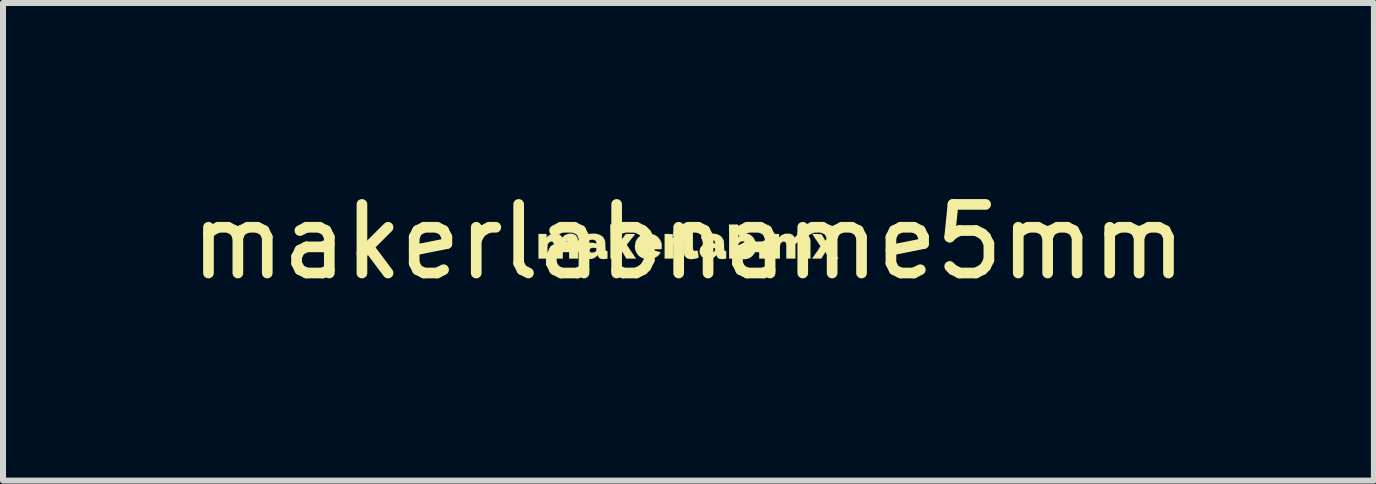
<source format=kicad_pcb>
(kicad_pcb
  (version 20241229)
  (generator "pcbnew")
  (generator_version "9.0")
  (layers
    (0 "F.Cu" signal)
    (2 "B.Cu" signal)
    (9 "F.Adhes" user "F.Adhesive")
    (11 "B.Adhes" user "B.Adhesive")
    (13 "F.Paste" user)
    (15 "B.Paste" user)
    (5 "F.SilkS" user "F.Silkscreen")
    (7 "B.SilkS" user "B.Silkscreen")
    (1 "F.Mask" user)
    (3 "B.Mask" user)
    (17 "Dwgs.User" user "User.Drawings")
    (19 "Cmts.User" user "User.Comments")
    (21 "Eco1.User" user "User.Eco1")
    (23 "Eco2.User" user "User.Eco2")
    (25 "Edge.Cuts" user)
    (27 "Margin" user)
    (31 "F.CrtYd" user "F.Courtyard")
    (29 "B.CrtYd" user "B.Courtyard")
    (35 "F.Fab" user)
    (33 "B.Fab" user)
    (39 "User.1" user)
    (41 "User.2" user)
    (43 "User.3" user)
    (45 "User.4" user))
  (footprint "makerlabname5mm"
    (layer "F.Cu")
    (at 8.426 0.981)
    (property "Reference" "makerlabname5mm" (at 0 0 0) (layer "F.SilkS") (effects (font (size 1.143 1.143) (thickness 0.178))))
    (attr through_hole)
    (fp_poly (pts (xy 1.3 0.279) (xy 1.24 0.279) (xy 1.179 0.279) (xy 1.179 0.208) (xy 1.179 0.137) (xy 1.24 0.137) (xy 1.3 0.137) (xy 1.3 0.208) (xy 1.3 0.279)) (stroke (width 0.003) (type solid)) (fill yes) (layer "F.SilkS"))
    (fp_poly (pts (xy -0.119 -0.003) (xy -0.142 -0.003) (xy -0.17 0.003) (xy -0.193 0.008) (xy -0.213 0.013) (xy -0.231 0.023) (xy -0.241 0.03) (xy -0.249 0.036) (xy -0.249 0.157) (xy -0.249 0.279) (xy -0.323 0.279) (xy -0.396 0.279) (xy -0.396 0.076) (xy -0.396 -0.13) (xy -0.33 -0.13) (xy -0.262 -0.127) (xy -0.262 -0.091) (xy -0.262 -0.053) (xy -0.249 -0.071) (xy -0.234 -0.091) (xy -0.213 -0.109) (xy -0.193 -0.122) (xy -0.17 -0.132) (xy -0.152 -0.135) (xy -0.142 -0.135) (xy -0.135 -0.137) (xy -0.127 -0.135) (xy -0.119 -0.135) (xy -0.119 -0.069) (xy -0.119 -0.003)) (stroke (width 0.003) (type solid)) (fill yes) (layer "F.SilkS"))
    (fp_poly (pts (xy -0.876 0.279) (xy -0.955 0.279) (xy -1.034 0.279) (xy -1.077 0.208) (xy -1.087 0.191) (xy -1.097 0.175) (xy -1.105 0.163) (xy -1.113 0.15) (xy -1.118 0.142) (xy -1.123 0.137) (xy -1.123 0.135) (xy -1.125 0.135) (xy -1.128 0.137) (xy -1.135 0.142) (xy -1.138 0.147) (xy -1.153 0.163) (xy -1.153 0.221) (xy -1.153 0.279) (xy -1.227 0.279) (xy -1.3 0.279) (xy -1.3 -0.005) (xy -1.303 -0.287) (xy -1.229 -0.287) (xy -1.153 -0.287) (xy -1.153 -0.132) (xy -1.153 0.02) (xy -1.1 -0.053) (xy -1.044 -0.13) (xy -0.968 -0.13) (xy -0.95 -0.13) (xy -0.932 -0.13) (xy -0.917 -0.13) (xy -0.904 -0.13) (xy -0.897 -0.127) (xy -0.892 -0.127) (xy -0.894 -0.124) (xy -0.899 -0.119) (xy -0.904 -0.109) (xy -0.914 -0.099) (xy -0.925 -0.084) (xy -0.937 -0.069) (xy -0.953 -0.051) (xy -0.96 -0.041) (xy -0.975 -0.023) (xy -0.988 -0.005) (xy -1.001 0.01) (xy -1.011 0.025) (xy -1.019 0.036) (xy -1.024 0.043) (xy -1.029 0.048) (xy -1.029 0.051) (xy -1.024 0.058) (xy -1.019 0.069) (xy -1.008 0.081) (xy -0.998 0.097) (xy -0.988 0.114) (xy -0.975 0.135) (xy -0.96 0.155) (xy -0.953 0.165) (xy -0.876 0.279)) (stroke (width 0.003) (type solid)) (fill yes) (layer "F.SilkS"))
    (fp_poly (pts (xy 0.168 0.254) (xy 0.165 0.262) (xy 0.163 0.264) (xy 0.157 0.267) (xy 0.15 0.269) (xy 0.142 0.272) (xy 0.14 0.272) (xy 0.117 0.279) (xy 0.091 0.284) (xy 0.066 0.287) (xy 0.043 0.287) (xy 0.02 0.287) (xy 0.01 0.284) (xy -0.003 0.279) (xy -0.018 0.274) (xy -0.03 0.267) (xy -0.038 0.262) (xy -0.048 0.251) (xy -0.061 0.236) (xy -0.069 0.218) (xy -0.069 0.216) (xy -0.069 0.213) (xy -0.071 0.211) (xy -0.071 0.206) (xy -0.071 0.201) (xy -0.071 0.196) (xy -0.074 0.188) (xy -0.074 0.178) (xy -0.074 0.168) (xy -0.074 0.152) (xy -0.074 0.135) (xy -0.074 0.114) (xy -0.074 0.091) (xy -0.074 0.064) (xy -0.074 0.03) (xy -0.074 -0.008) (xy -0.074 -0.043) (xy -0.076 -0.287) (xy 0 -0.287) (xy 0.074 -0.287) (xy 0.074 -0.086) (xy 0.074 -0.041) (xy 0.074 -0.003) (xy 0.074 0.033) (xy 0.074 0.061) (xy 0.074 0.084) (xy 0.074 0.104) (xy 0.074 0.117) (xy 0.074 0.124) (xy 0.076 0.127) (xy 0.081 0.14) (xy 0.089 0.147) (xy 0.102 0.152) (xy 0.117 0.152) (xy 0.127 0.15) (xy 0.137 0.15) (xy 0.145 0.147) (xy 0.147 0.147) (xy 0.15 0.147) (xy 0.15 0.15) (xy 0.152 0.157) (xy 0.155 0.168) (xy 0.157 0.18) (xy 0.16 0.198) (xy 0.16 0.203) (xy 0.163 0.221) (xy 0.165 0.236) (xy 0.168 0.246) (xy 0.168 0.254)) (stroke (width 0.003) (type solid)) (fill yes) (layer "F.SilkS"))
    (fp_poly (pts (xy 1.125 0.079) (xy 1.125 0.102) (xy 1.12 0.132) (xy 1.113 0.16) (xy 1.1 0.188) (xy 1.087 0.208) (xy 1.069 0.229) (xy 1.049 0.249) (xy 1.029 0.262) (xy 1.019 0.269) (xy 1.006 0.274) (xy 0.993 0.279) (xy 0.98 0.282) (xy 0.978 0.282) (xy 0.973 0.284) (xy 0.973 0.079) (xy 0.973 0.066) (xy 0.973 0.058) (xy 0.97 0.051) (xy 0.968 0.043) (xy 0.965 0.036) (xy 0.958 0.02) (xy 0.95 0.01) (xy 0.94 0.003) (xy 0.932 -0.003) (xy 0.914 -0.01) (xy 0.899 -0.01) (xy 0.881 -0.008) (xy 0.864 0) (xy 0.848 0.013) (xy 0.836 0.028) (xy 0.836 0.03) (xy 0.826 0.046) (xy 0.826 0.084) (xy 0.826 0.124) (xy 0.836 0.135) (xy 0.851 0.147) (xy 0.866 0.157) (xy 0.884 0.163) (xy 0.894 0.163) (xy 0.904 0.163) (xy 0.917 0.16) (xy 0.922 0.16) (xy 0.937 0.152) (xy 0.95 0.142) (xy 0.963 0.127) (xy 0.968 0.119) (xy 0.97 0.112) (xy 0.973 0.104) (xy 0.973 0.097) (xy 0.973 0.089) (xy 0.973 0.079) (xy 0.973 0.284) (xy 0.96 0.287) (xy 0.937 0.287) (xy 0.917 0.287) (xy 0.897 0.284) (xy 0.892 0.282) (xy 0.866 0.272) (xy 0.843 0.259) (xy 0.823 0.241) (xy 0.813 0.229) (xy 0.805 0.218) (xy 0.805 0.249) (xy 0.805 0.279) (xy 0.742 0.279) (xy 0.678 0.279) (xy 0.678 -0.005) (xy 0.676 -0.287) (xy 0.752 -0.287) (xy 0.826 -0.287) (xy 0.826 -0.178) (xy 0.826 -0.069) (xy 0.836 -0.084) (xy 0.851 -0.102) (xy 0.869 -0.114) (xy 0.892 -0.124) (xy 0.912 -0.132) (xy 0.925 -0.135) (xy 0.942 -0.135) (xy 0.96 -0.135) (xy 0.975 -0.135) (xy 0.988 -0.132) (xy 0.991 -0.13) (xy 1.019 -0.122) (xy 1.041 -0.107) (xy 1.062 -0.089) (xy 1.082 -0.069) (xy 1.097 -0.043) (xy 1.11 -0.015) (xy 1.118 0.013) (xy 1.125 0.046) (xy 1.125 0.079)) (stroke (width 0.003) (type solid)) (fill yes) (layer "F.SilkS"))
    (fp_poly (pts (xy -1.841 0.279) (xy -1.915 0.279) (xy -1.989 0.279) (xy -1.989 0.155) (xy -1.989 0.122) (xy -1.989 0.094) (xy -1.989 0.071) (xy -1.989 0.053) (xy -1.991 0.038) (xy -1.991 0.028) (xy -1.991 0.023) (xy -1.999 0.01) (xy -2.007 0.003) (xy -2.019 -0.005) (xy -2.029 -0.008) (xy -2.037 -0.008) (xy -2.05 0) (xy -2.065 0.008) (xy -2.078 0.02) (xy -2.088 0.036) (xy -2.095 0.048) (xy -2.095 0.165) (xy -2.095 0.279) (xy -2.169 0.279) (xy -2.243 0.279) (xy -2.243 0.155) (xy -2.243 0.03) (xy -2.25 0.018) (xy -2.258 0.005) (xy -2.268 -0.003) (xy -2.281 -0.008) (xy -2.294 -0.005) (xy -2.309 0) (xy -2.322 0.01) (xy -2.327 0.013) (xy -2.332 0.02) (xy -2.337 0.023) (xy -2.339 0.028) (xy -2.344 0.033) (xy -2.347 0.041) (xy -2.347 0.048) (xy -2.349 0.056) (xy -2.349 0.069) (xy -2.352 0.081) (xy -2.352 0.099) (xy -2.352 0.122) (xy -2.352 0.147) (xy -2.352 0.165) (xy -2.352 0.279) (xy -2.426 0.279) (xy -2.499 0.279) (xy -2.499 0.076) (xy -2.499 -0.13) (xy -2.433 -0.13) (xy -2.367 -0.13) (xy -2.367 -0.099) (xy -2.367 -0.071) (xy -2.349 -0.089) (xy -2.329 -0.104) (xy -2.304 -0.119) (xy -2.278 -0.127) (xy -2.248 -0.132) (xy -2.22 -0.135) (xy -2.2 -0.135) (xy -2.179 -0.132) (xy -2.164 -0.127) (xy -2.151 -0.119) (xy -2.144 -0.114) (xy -2.136 -0.109) (xy -2.126 -0.102) (xy -2.118 -0.091) (xy -2.113 -0.081) (xy -2.108 -0.074) (xy -2.108 -0.071) (xy -2.106 -0.069) (xy -2.106 -0.066) (xy -2.103 -0.069) (xy -2.101 -0.074) (xy -2.095 -0.079) (xy -2.088 -0.086) (xy -2.08 -0.094) (xy -2.07 -0.102) (xy -2.062 -0.109) (xy -2.055 -0.112) (xy -2.029 -0.124) (xy -1.999 -0.132) (xy -1.968 -0.135) (xy -1.941 -0.135) (xy -1.918 -0.13) (xy -1.897 -0.119) (xy -1.88 -0.107) (xy -1.864 -0.089) (xy -1.859 -0.076) (xy -1.854 -0.069) (xy -1.852 -0.064) (xy -1.849 -0.056) (xy -1.849 -0.048) (xy -1.847 -0.041) (xy -1.844 -0.03) (xy -1.844 -0.02) (xy -1.844 -0.005) (xy -1.841 0.01) (xy -1.841 0.03) (xy -1.841 0.053) (xy -1.841 0.081) (xy -1.841 0.114) (xy -1.841 0.132) (xy -1.841 0.279)) (stroke (width 0.003) (type solid)) (fill yes) (layer "F.SilkS"))
    (fp_poly (pts (xy -0.447 0.079) (xy -0.447 0.091) (xy -0.447 0.104) (xy -0.447 0.112) (xy -0.447 0.117) (xy -0.45 0.119) (xy -0.455 0.119) (xy -0.462 0.119) (xy -0.475 0.122) (xy -0.49 0.122) (xy -0.508 0.122) (xy -0.531 0.122) (xy -0.559 0.122) (xy -0.592 0.122) (xy -0.605 0.122) (xy -0.605 0.033) (xy -0.605 0.025) (xy -0.607 0.018) (xy -0.612 0.008) (xy -0.617 -0.003) (xy -0.622 -0.01) (xy -0.635 -0.02) (xy -0.645 -0.025) (xy -0.66 -0.03) (xy -0.671 -0.03) (xy -0.683 -0.03) (xy -0.693 -0.028) (xy -0.701 -0.025) (xy -0.704 -0.023) (xy -0.714 -0.015) (xy -0.724 -0.005) (xy -0.732 0.008) (xy -0.737 0.02) (xy -0.737 0.025) (xy -0.737 0.033) (xy -0.671 0.033) (xy -0.605 0.033) (xy -0.605 0.122) (xy -0.625 0.122) (xy -0.65 0.122) (xy -0.673 0.122) (xy -0.691 0.122) (xy -0.704 0.122) (xy -0.716 0.122) (xy -0.724 0.122) (xy -0.729 0.124) (xy -0.732 0.124) (xy -0.734 0.127) (xy -0.734 0.13) (xy -0.734 0.132) (xy -0.734 0.135) (xy -0.732 0.14) (xy -0.724 0.155) (xy -0.714 0.165) (xy -0.699 0.175) (xy -0.681 0.18) (xy -0.668 0.18) (xy -0.655 0.18) (xy -0.645 0.18) (xy -0.638 0.178) (xy -0.63 0.175) (xy -0.62 0.17) (xy -0.61 0.165) (xy -0.599 0.157) (xy -0.594 0.15) (xy -0.592 0.145) (xy -0.587 0.145) (xy -0.582 0.145) (xy -0.574 0.147) (xy -0.564 0.15) (xy -0.549 0.152) (xy -0.528 0.157) (xy -0.465 0.175) (xy -0.47 0.183) (xy -0.483 0.203) (xy -0.5 0.224) (xy -0.521 0.241) (xy -0.546 0.257) (xy -0.572 0.269) (xy -0.599 0.279) (xy -0.612 0.282) (xy -0.632 0.284) (xy -0.653 0.287) (xy -0.673 0.287) (xy -0.693 0.287) (xy -0.711 0.284) (xy -0.721 0.282) (xy -0.754 0.274) (xy -0.785 0.262) (xy -0.81 0.246) (xy -0.833 0.226) (xy -0.853 0.201) (xy -0.869 0.175) (xy -0.881 0.147) (xy -0.889 0.117) (xy -0.892 0.084) (xy -0.892 0.064) (xy -0.886 0.03) (xy -0.879 -0.003) (xy -0.866 -0.03) (xy -0.848 -0.056) (xy -0.828 -0.079) (xy -0.803 -0.099) (xy -0.775 -0.114) (xy -0.744 -0.124) (xy -0.711 -0.132) (xy -0.693 -0.135) (xy -0.658 -0.135) (xy -0.622 -0.132) (xy -0.589 -0.124) (xy -0.561 -0.112) (xy -0.533 -0.097) (xy -0.511 -0.079) (xy -0.488 -0.053) (xy -0.472 -0.028) (xy -0.457 0.003) (xy -0.452 0.02) (xy -0.45 0.03) (xy -0.447 0.041) (xy -0.447 0.053) (xy -0.447 0.066) (xy -0.447 0.079)) (stroke (width 0.003) (type solid)) (fill yes) (layer "F.SilkS"))
    (fp_poly (pts (xy 2.499 0.277) (xy 2.497 0.279) (xy 2.489 0.279) (xy 2.479 0.279) (xy 2.464 0.279) (xy 2.449 0.279) (xy 2.428 0.279) (xy 2.426 0.279) (xy 2.349 0.277) (xy 2.322 0.231) (xy 2.311 0.216) (xy 2.304 0.203) (xy 2.296 0.191) (xy 2.291 0.183) (xy 2.286 0.175) (xy 2.281 0.165) (xy 2.276 0.175) (xy 2.273 0.183) (xy 2.268 0.191) (xy 2.261 0.203) (xy 2.25 0.216) (xy 2.243 0.231) (xy 2.24 0.234) (xy 2.212 0.279) (xy 2.139 0.279) (xy 2.118 0.279) (xy 2.103 0.279) (xy 2.088 0.279) (xy 2.075 0.279) (xy 2.068 0.279) (xy 2.065 0.279) (xy 2.065 0.277) (xy 2.07 0.269) (xy 2.075 0.259) (xy 2.085 0.249) (xy 2.095 0.234) (xy 2.106 0.216) (xy 2.121 0.196) (xy 2.134 0.178) (xy 2.151 0.152) (xy 2.167 0.13) (xy 2.177 0.112) (xy 2.187 0.097) (xy 2.195 0.084) (xy 2.2 0.076) (xy 2.2 0.074) (xy 2.2 0.071) (xy 2.195 0.064) (xy 2.187 0.053) (xy 2.179 0.041) (xy 2.169 0.025) (xy 2.156 0.008) (xy 2.144 -0.013) (xy 2.134 -0.028) (xy 2.118 -0.048) (xy 2.106 -0.069) (xy 2.095 -0.084) (xy 2.085 -0.099) (xy 2.078 -0.112) (xy 2.07 -0.122) (xy 2.068 -0.127) (xy 2.07 -0.13) (xy 2.075 -0.13) (xy 2.088 -0.13) (xy 2.101 -0.13) (xy 2.118 -0.13) (xy 2.136 -0.13) (xy 2.141 -0.13) (xy 2.215 -0.127) (xy 2.228 -0.107) (xy 2.233 -0.097) (xy 2.24 -0.084) (xy 2.25 -0.071) (xy 2.258 -0.056) (xy 2.261 -0.051) (xy 2.283 -0.013) (xy 2.286 -0.023) (xy 2.289 -0.028) (xy 2.294 -0.036) (xy 2.301 -0.048) (xy 2.309 -0.061) (xy 2.316 -0.076) (xy 2.319 -0.081) (xy 2.347 -0.127) (xy 2.421 -0.13) (xy 2.441 -0.13) (xy 2.459 -0.13) (xy 2.474 -0.13) (xy 2.484 -0.13) (xy 2.492 -0.13) (xy 2.497 -0.127) (xy 2.494 -0.124) (xy 2.492 -0.119) (xy 2.484 -0.109) (xy 2.477 -0.097) (xy 2.466 -0.081) (xy 2.454 -0.064) (xy 2.441 -0.046) (xy 2.428 -0.025) (xy 2.413 -0.003) (xy 2.4 0.018) (xy 2.388 0.036) (xy 2.38 0.051) (xy 2.372 0.064) (xy 2.367 0.071) (xy 2.362 0.076) (xy 2.362 0.079) (xy 2.365 0.081) (xy 2.37 0.086) (xy 2.377 0.097) (xy 2.385 0.109) (xy 2.395 0.124) (xy 2.408 0.142) (xy 2.421 0.163) (xy 2.431 0.178) (xy 2.446 0.198) (xy 2.459 0.218) (xy 2.469 0.234) (xy 2.479 0.249) (xy 2.487 0.262) (xy 2.494 0.269) (xy 2.497 0.277) (xy 2.499 0.277)) (stroke (width 0.003) (type solid)) (fill yes) (layer "F.SilkS"))
    (fp_poly (pts (xy 2.032 0.279) (xy 1.958 0.279) (xy 1.885 0.279) (xy 1.885 0.155) (xy 1.885 0.122) (xy 1.885 0.094) (xy 1.885 0.071) (xy 1.885 0.053) (xy 1.885 0.038) (xy 1.885 0.028) (xy 1.882 0.023) (xy 1.877 0.01) (xy 1.867 0.003) (xy 1.857 -0.005) (xy 1.844 -0.008) (xy 1.839 -0.008) (xy 1.824 -0.003) (xy 1.811 0.008) (xy 1.798 0.02) (xy 1.788 0.033) (xy 1.786 0.038) (xy 1.783 0.041) (xy 1.783 0.043) (xy 1.781 0.046) (xy 1.781 0.051) (xy 1.781 0.056) (xy 1.781 0.066) (xy 1.781 0.076) (xy 1.781 0.091) (xy 1.781 0.109) (xy 1.781 0.13) (xy 1.781 0.155) (xy 1.781 0.163) (xy 1.781 0.279) (xy 1.707 0.279) (xy 1.633 0.279) (xy 1.631 0.155) (xy 1.631 0.127) (xy 1.631 0.102) (xy 1.631 0.081) (xy 1.631 0.066) (xy 1.631 0.053) (xy 1.631 0.043) (xy 1.631 0.036) (xy 1.628 0.03) (xy 1.628 0.025) (xy 1.628 0.023) (xy 1.626 0.02) (xy 1.626 0.018) (xy 1.615 0.005) (xy 1.605 -0.003) (xy 1.595 -0.005) (xy 1.58 -0.005) (xy 1.575 -0.005) (xy 1.565 0) (xy 1.557 0.005) (xy 1.547 0.013) (xy 1.542 0.02) (xy 1.537 0.025) (xy 1.534 0.028) (xy 1.532 0.033) (xy 1.529 0.038) (xy 1.527 0.046) (xy 1.527 0.056) (xy 1.524 0.066) (xy 1.524 0.079) (xy 1.524 0.097) (xy 1.524 0.117) (xy 1.524 0.142) (xy 1.524 0.165) (xy 1.524 0.279) (xy 1.45 0.279) (xy 1.377 0.279) (xy 1.377 0.076) (xy 1.377 -0.13) (xy 1.443 -0.13) (xy 1.509 -0.13) (xy 1.509 -0.099) (xy 1.509 -0.071) (xy 1.527 -0.089) (xy 1.547 -0.107) (xy 1.572 -0.119) (xy 1.598 -0.13) (xy 1.628 -0.135) (xy 1.654 -0.135) (xy 1.676 -0.135) (xy 1.697 -0.132) (xy 1.714 -0.124) (xy 1.73 -0.117) (xy 1.742 -0.107) (xy 1.745 -0.104) (xy 1.753 -0.094) (xy 1.76 -0.084) (xy 1.763 -0.079) (xy 1.765 -0.074) (xy 1.768 -0.069) (xy 1.77 -0.066) (xy 1.77 -0.069) (xy 1.775 -0.074) (xy 1.778 -0.076) (xy 1.788 -0.089) (xy 1.803 -0.102) (xy 1.819 -0.112) (xy 1.839 -0.122) (xy 1.857 -0.127) (xy 1.872 -0.132) (xy 1.892 -0.135) (xy 1.913 -0.135) (xy 1.933 -0.135) (xy 1.935 -0.135) (xy 1.958 -0.13) (xy 1.979 -0.119) (xy 1.996 -0.107) (xy 2.009 -0.089) (xy 2.017 -0.076) (xy 2.019 -0.071) (xy 2.022 -0.064) (xy 2.024 -0.056) (xy 2.027 -0.048) (xy 2.029 -0.041) (xy 2.029 -0.03) (xy 2.032 -0.02) (xy 2.032 -0.005) (xy 2.032 0.01) (xy 2.032 0.03) (xy 2.032 0.056) (xy 2.032 0.081) (xy 2.032 0.114) (xy 2.032 0.132) (xy 2.032 0.279)) (stroke (width 0.003) (type solid)) (fill yes) (layer "F.SilkS"))
    (fp_poly (pts (xy -1.351 0.216) (xy -1.351 0.236) (xy -1.351 0.251) (xy -1.351 0.262) (xy -1.351 0.269) (xy -1.351 0.274) (xy -1.354 0.279) (xy -1.364 0.282) (xy -1.374 0.284) (xy -1.389 0.284) (xy -1.405 0.287) (xy -1.417 0.287) (xy -1.422 0.287) (xy -1.445 0.284) (xy -1.466 0.282) (xy -1.481 0.272) (xy -1.494 0.262) (xy -1.504 0.244) (xy -1.509 0.226) (xy -1.509 0.224) (xy -1.509 0.221) (xy -1.511 0.221) (xy -1.514 0.221) (xy -1.519 0.226) (xy -1.527 0.234) (xy -1.532 0.239) (xy -1.534 0.241) (xy -1.534 0.13) (xy -1.534 0.124) (xy -1.534 0.107) (xy -1.552 0.102) (xy -1.567 0.099) (xy -1.585 0.099) (xy -1.603 0.099) (xy -1.615 0.102) (xy -1.628 0.107) (xy -1.638 0.114) (xy -1.646 0.122) (xy -1.651 0.127) (xy -1.651 0.135) (xy -1.651 0.14) (xy -1.651 0.155) (xy -1.646 0.165) (xy -1.636 0.173) (xy -1.633 0.175) (xy -1.623 0.18) (xy -1.608 0.18) (xy -1.593 0.18) (xy -1.577 0.178) (xy -1.562 0.173) (xy -1.552 0.165) (xy -1.542 0.155) (xy -1.537 0.15) (xy -1.534 0.142) (xy -1.534 0.13) (xy -1.534 0.241) (xy -1.552 0.257) (xy -1.572 0.269) (xy -1.598 0.279) (xy -1.613 0.284) (xy -1.631 0.284) (xy -1.651 0.287) (xy -1.669 0.284) (xy -1.687 0.282) (xy -1.692 0.282) (xy -1.717 0.272) (xy -1.737 0.259) (xy -1.758 0.244) (xy -1.773 0.226) (xy -1.783 0.203) (xy -1.791 0.18) (xy -1.793 0.157) (xy -1.791 0.132) (xy -1.788 0.124) (xy -1.781 0.102) (xy -1.765 0.081) (xy -1.75 0.064) (xy -1.73 0.048) (xy -1.707 0.036) (xy -1.679 0.025) (xy -1.666 0.023) (xy -1.651 0.02) (xy -1.631 0.018) (xy -1.613 0.018) (xy -1.593 0.018) (xy -1.575 0.02) (xy -1.56 0.023) (xy -1.552 0.025) (xy -1.544 0.028) (xy -1.537 0.03) (xy -1.534 0.03) (xy -1.534 0.028) (xy -1.534 0.023) (xy -1.534 0.015) (xy -1.537 0) (xy -1.544 -0.013) (xy -1.552 -0.023) (xy -1.567 -0.03) (xy -1.585 -0.036) (xy -1.605 -0.036) (xy -1.636 -0.033) (xy -1.664 -0.025) (xy -1.694 -0.015) (xy -1.712 -0.005) (xy -1.72 0) (xy -1.727 0.005) (xy -1.73 0.005) (xy -1.732 0.003) (xy -1.735 -0.003) (xy -1.74 -0.013) (xy -1.745 -0.023) (xy -1.75 -0.036) (xy -1.758 -0.048) (xy -1.763 -0.061) (xy -1.765 -0.071) (xy -1.77 -0.079) (xy -1.77 -0.084) (xy -1.768 -0.086) (xy -1.76 -0.091) (xy -1.753 -0.097) (xy -1.74 -0.102) (xy -1.727 -0.107) (xy -1.717 -0.114) (xy -1.704 -0.117) (xy -1.671 -0.127) (xy -1.636 -0.132) (xy -1.603 -0.135) (xy -1.567 -0.135) (xy -1.534 -0.132) (xy -1.504 -0.124) (xy -1.476 -0.114) (xy -1.466 -0.109) (xy -1.443 -0.094) (xy -1.422 -0.076) (xy -1.41 -0.056) (xy -1.397 -0.03) (xy -1.394 -0.023) (xy -1.392 -0.015) (xy -1.392 -0.01) (xy -1.389 -0.003) (xy -1.389 0.005) (xy -1.389 0.015) (xy -1.387 0.028) (xy -1.387 0.046) (xy -1.387 0.066) (xy -1.387 0.091) (xy -1.384 0.109) (xy -1.384 0.122) (xy -1.384 0.132) (xy -1.382 0.14) (xy -1.382 0.142) (xy -1.377 0.147) (xy -1.369 0.152) (xy -1.359 0.155) (xy -1.356 0.155) (xy -1.354 0.155) (xy -1.351 0.157) (xy -1.351 0.163) (xy -1.351 0.17) (xy -1.351 0.18) (xy -1.351 0.193) (xy -1.351 0.211) (xy -1.351 0.216)) (stroke (width 0.003) (type solid)) (fill yes) (layer "F.SilkS"))
    (fp_poly (pts (xy 0.627 0.216) (xy 0.627 0.236) (xy 0.627 0.251) (xy 0.627 0.262) (xy 0.627 0.269) (xy 0.627 0.274) (xy 0.627 0.279) (xy 0.625 0.279) (xy 0.615 0.282) (xy 0.605 0.284) (xy 0.589 0.284) (xy 0.577 0.287) (xy 0.561 0.287) (xy 0.556 0.287) (xy 0.533 0.284) (xy 0.513 0.282) (xy 0.498 0.274) (xy 0.485 0.262) (xy 0.478 0.246) (xy 0.47 0.229) (xy 0.467 0.218) (xy 0.447 0.239) (xy 0.445 0.241) (xy 0.445 0.124) (xy 0.445 0.107) (xy 0.427 0.102) (xy 0.406 0.099) (xy 0.389 0.099) (xy 0.371 0.099) (xy 0.361 0.102) (xy 0.345 0.109) (xy 0.335 0.119) (xy 0.33 0.13) (xy 0.325 0.14) (xy 0.328 0.152) (xy 0.333 0.163) (xy 0.34 0.173) (xy 0.345 0.175) (xy 0.356 0.18) (xy 0.371 0.18) (xy 0.386 0.18) (xy 0.401 0.178) (xy 0.417 0.173) (xy 0.427 0.165) (xy 0.437 0.155) (xy 0.442 0.15) (xy 0.445 0.142) (xy 0.445 0.13) (xy 0.445 0.124) (xy 0.445 0.241) (xy 0.427 0.257) (xy 0.404 0.269) (xy 0.381 0.279) (xy 0.368 0.282) (xy 0.353 0.284) (xy 0.335 0.287) (xy 0.318 0.287) (xy 0.3 0.284) (xy 0.292 0.282) (xy 0.264 0.274) (xy 0.244 0.262) (xy 0.224 0.246) (xy 0.208 0.226) (xy 0.196 0.203) (xy 0.188 0.18) (xy 0.188 0.175) (xy 0.188 0.152) (xy 0.191 0.127) (xy 0.198 0.104) (xy 0.211 0.084) (xy 0.226 0.066) (xy 0.246 0.048) (xy 0.272 0.036) (xy 0.297 0.025) (xy 0.305 0.023) (xy 0.312 0.02) (xy 0.32 0.02) (xy 0.33 0.02) (xy 0.343 0.02) (xy 0.358 0.02) (xy 0.363 0.02) (xy 0.381 0.02) (xy 0.396 0.02) (xy 0.409 0.02) (xy 0.419 0.023) (xy 0.429 0.025) (xy 0.439 0.03) (xy 0.442 0.03) (xy 0.445 0.03) (xy 0.445 0.028) (xy 0.445 0.023) (xy 0.445 0.015) (xy 0.442 -0.003) (xy 0.434 -0.015) (xy 0.424 -0.025) (xy 0.411 -0.03) (xy 0.394 -0.036) (xy 0.384 -0.036) (xy 0.353 -0.036) (xy 0.325 -0.03) (xy 0.297 -0.02) (xy 0.269 -0.005) (xy 0.267 -0.005) (xy 0.257 0.003) (xy 0.251 0.005) (xy 0.249 0.005) (xy 0.246 0.005) (xy 0.246 0.003) (xy 0.241 -0.005) (xy 0.236 -0.015) (xy 0.231 -0.028) (xy 0.226 -0.041) (xy 0.218 -0.053) (xy 0.213 -0.066) (xy 0.211 -0.076) (xy 0.208 -0.081) (xy 0.208 -0.084) (xy 0.211 -0.086) (xy 0.218 -0.091) (xy 0.226 -0.097) (xy 0.239 -0.102) (xy 0.251 -0.107) (xy 0.262 -0.112) (xy 0.274 -0.117) (xy 0.31 -0.127) (xy 0.348 -0.132) (xy 0.389 -0.135) (xy 0.419 -0.135) (xy 0.442 -0.132) (xy 0.462 -0.13) (xy 0.48 -0.124) (xy 0.498 -0.117) (xy 0.505 -0.112) (xy 0.531 -0.099) (xy 0.551 -0.081) (xy 0.566 -0.061) (xy 0.579 -0.036) (xy 0.587 -0.018) (xy 0.587 -0.01) (xy 0.589 -0.003) (xy 0.589 0.01) (xy 0.592 0.023) (xy 0.592 0.041) (xy 0.592 0.064) (xy 0.592 0.066) (xy 0.592 0.091) (xy 0.594 0.109) (xy 0.594 0.122) (xy 0.594 0.132) (xy 0.597 0.14) (xy 0.597 0.142) (xy 0.602 0.147) (xy 0.61 0.152) (xy 0.62 0.155) (xy 0.622 0.155) (xy 0.625 0.155) (xy 0.627 0.155) (xy 0.627 0.157) (xy 0.627 0.163) (xy 0.627 0.17) (xy 0.627 0.18) (xy 0.627 0.193) (xy 0.627 0.211) (xy 0.627 0.216)) (stroke (width 0.003) (type solid)) (fill yes) (layer "F.SilkS")))
  (gr_rect
    (start -3 -3)
    (end 19.851 4.961)
    (stroke (width 0.1) (type default))
    (fill no)
    (layer "Edge.Cuts")))
</source>
